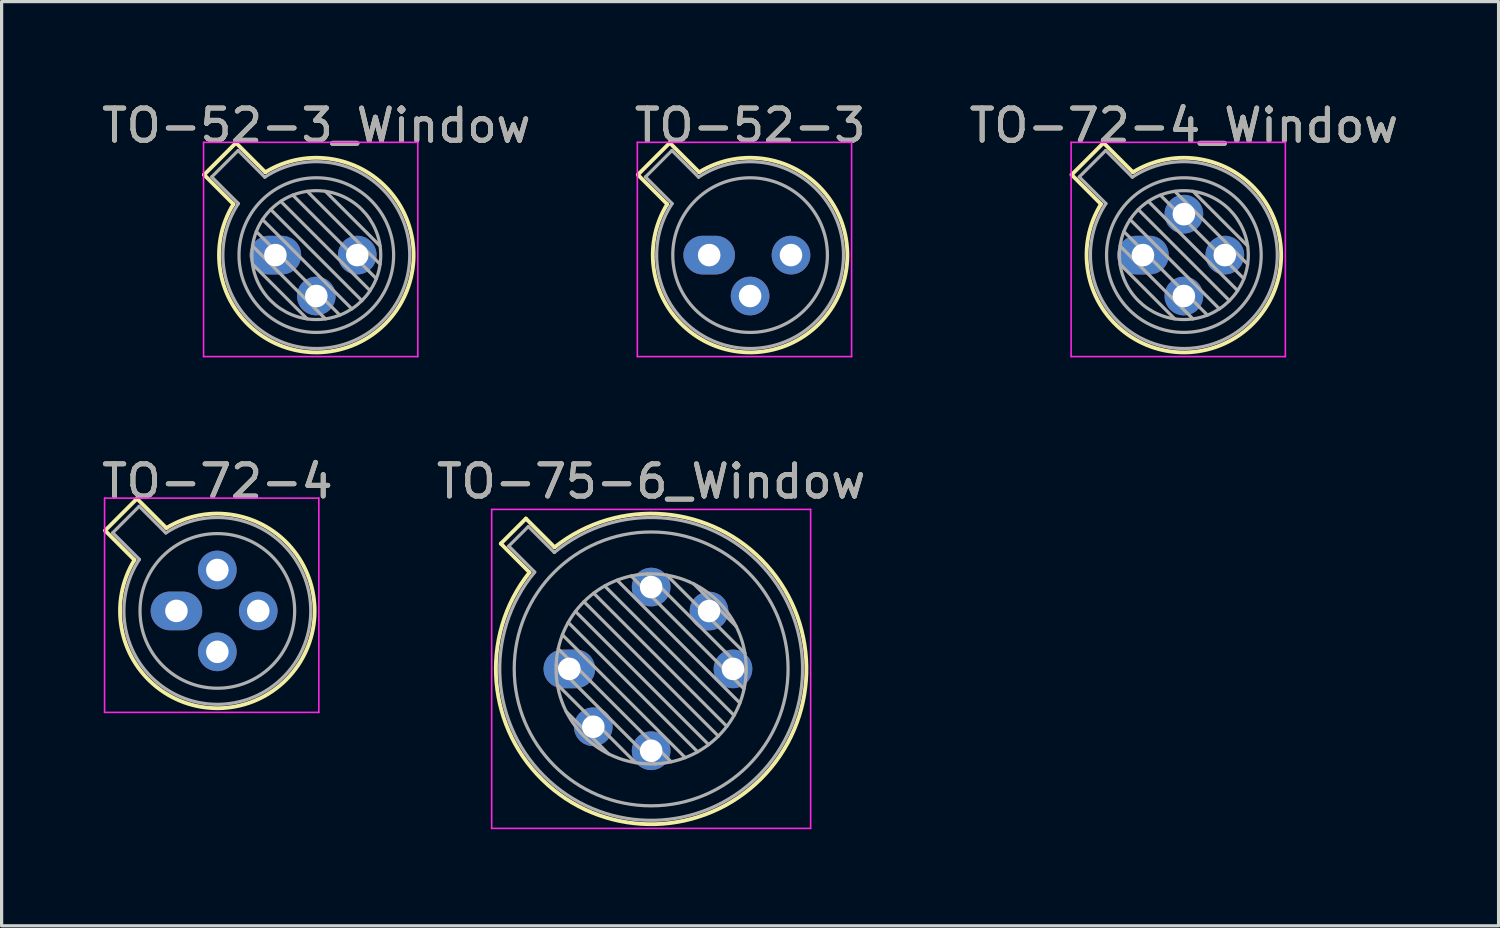
<source format=kicad_pcb>
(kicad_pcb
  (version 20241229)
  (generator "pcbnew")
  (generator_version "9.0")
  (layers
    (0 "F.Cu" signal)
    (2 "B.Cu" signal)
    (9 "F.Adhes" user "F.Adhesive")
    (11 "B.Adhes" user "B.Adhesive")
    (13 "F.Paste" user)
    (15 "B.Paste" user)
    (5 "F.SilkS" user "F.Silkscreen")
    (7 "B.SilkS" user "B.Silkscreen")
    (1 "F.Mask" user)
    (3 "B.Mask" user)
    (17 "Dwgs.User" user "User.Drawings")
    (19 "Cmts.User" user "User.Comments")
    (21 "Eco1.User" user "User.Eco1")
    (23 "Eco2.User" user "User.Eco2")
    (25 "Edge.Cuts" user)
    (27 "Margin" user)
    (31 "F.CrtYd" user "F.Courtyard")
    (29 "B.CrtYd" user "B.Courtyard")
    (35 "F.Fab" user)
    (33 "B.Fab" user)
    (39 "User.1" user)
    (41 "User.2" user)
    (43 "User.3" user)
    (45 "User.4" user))
  (footprint "TO-52-3"
    (layer "F.Cu")
    (at 18.962 4.868)
    (property "Reference" "TO-52-3" (at 1.27 -4.02 0) (layer "F.SilkS") (effects (font (size 1 1) (thickness 0.15))))
    (attr through_hole)
    (fp_line (start -2.214 -2.494) (end -1.302 -1.582) (stroke (width 0.12) (type solid)) (layer "F.SilkS"))
    (fp_line (start -1.224 -3.484) (end -2.214 -2.494) (stroke (width 0.12) (type solid)) (layer "F.SilkS"))
    (fp_line (start -0.312 -2.572) (end -1.224 -3.484) (stroke (width 0.12) (type solid)) (layer "F.SilkS"))
    (fp_arc (start -0.312331 -2.572281) (mid 3.405374 2.135551) (end -1.30215 -1.582544) (stroke (width 0.12) (type solid)) (layer "F.SilkS"))
    (fp_line (start -2.23 -3.5) (end -2.23 3.15) (stroke (width 0.05) (type solid)) (layer "F.CrtYd"))
    (fp_line (start -2.23 3.15) (end 4.42 3.15) (stroke (width 0.05) (type solid)) (layer "F.CrtYd"))
    (fp_line (start 4.42 -3.5) (end -2.23 -3.5) (stroke (width 0.05) (type solid)) (layer "F.CrtYd"))
    (fp_line (start 4.42 3.15) (end 4.42 -3.5) (stroke (width 0.05) (type solid)) (layer "F.CrtYd"))
    (fp_line (start -1.977 -2.426) (end -1.149 -1.599) (stroke (width 0.1) (type solid)) (layer "F.Fab"))
    (fp_line (start -1.156 -3.247) (end -1.977 -2.426) (stroke (width 0.1) (type solid)) (layer "F.Fab"))
    (fp_line (start -0.329 -2.419) (end -1.156 -3.247) (stroke (width 0.1) (type solid)) (layer "F.Fab"))
    (fp_arc (start -0.329057 -2.419301) (mid 3.321076 2.050143) (end -1.150029 -1.597956) (stroke (width 0.1) (type solid)) (layer "F.Fab"))
    (fp_circle (center 1.27 0) (end 3.67 0) (stroke (width 0.1) (type solid)) (fill no) (layer "F.Fab"))
    (fp_text user "${REFERENCE}" (at 1.27 -4.02 0) (layer "F.Fab") (effects (font (size 1 1) (thickness 0.15))))
    (pad "1" thru_hole oval (at 0 0) (size 1.6 1.2) (drill 0.7) (layers "*.Cu" "*.Mask"))
    (pad "2" thru_hole oval (at 1.27 1.27) (size 1.2 1.2) (drill 0.7) (layers "*.Cu" "*.Mask"))
    (pad "3" thru_hole oval (at 2.54 0) (size 1.2 1.2) (drill 0.7) (layers "*.Cu" "*.Mask")))
  (footprint "TO-72-4_Window"
    (layer "F.Cu")
    (at 32.426 4.868)
    (property "Reference" "TO-72-4_Window" (at 1.27 -4.02 0) (layer "F.SilkS") (effects (font (size 1 1) (thickness 0.15))))
    (attr through_hole)
    (fp_line (start -2.214 -2.494) (end -1.302 -1.582) (stroke (width 0.12) (type solid)) (layer "F.SilkS"))
    (fp_line (start -1.224 -3.484) (end -2.214 -2.494) (stroke (width 0.12) (type solid)) (layer "F.SilkS"))
    (fp_line (start -0.312 -2.572) (end -1.224 -3.484) (stroke (width 0.12) (type solid)) (layer "F.SilkS"))
    (fp_arc (start -0.312331 -2.572281) (mid 3.405374 2.135551) (end -1.30215 -1.582544) (stroke (width 0.12) (type solid)) (layer "F.SilkS"))
    (fp_line (start -2.23 -3.5) (end -2.23 3.15) (stroke (width 0.05) (type solid)) (layer "F.CrtYd"))
    (fp_line (start -2.23 3.15) (end 4.42 3.15) (stroke (width 0.05) (type solid)) (layer "F.CrtYd"))
    (fp_line (start 4.42 -3.5) (end -2.23 -3.5) (stroke (width 0.05) (type solid)) (layer "F.CrtYd"))
    (fp_line (start 4.42 3.15) (end 4.42 -3.5) (stroke (width 0.05) (type solid)) (layer "F.CrtYd"))
    (fp_line (start -1.977 -2.426) (end -1.149 -1.599) (stroke (width 0.1) (type solid)) (layer "F.Fab"))
    (fp_line (start -1.156 -3.247) (end -1.977 -2.426) (stroke (width 0.1) (type solid)) (layer "F.Fab"))
    (fp_line (start -0.71 -0.283) (end 1.553 1.98) (stroke (width 0.1) (type solid)) (layer "F.Fab"))
    (fp_line (start -0.71 0.283) (end 0.987 1.98) (stroke (width 0.1) (type solid)) (layer "F.Fab"))
    (fp_line (start -0.592 -0.731) (end 2.001 1.862) (stroke (width 0.1) (type solid)) (layer "F.Fab"))
    (fp_line (start -0.399 -1.103) (end 2.373 1.669) (stroke (width 0.1) (type solid)) (layer "F.Fab"))
    (fp_line (start -0.329 -2.419) (end -1.156 -3.247) (stroke (width 0.1) (type solid)) (layer "F.Fab"))
    (fp_line (start -0.145 -1.415) (end 2.685 1.415) (stroke (width 0.1) (type solid)) (layer "F.Fab"))
    (fp_line (start 0.167 -1.669) (end 2.939 1.103) (stroke (width 0.1) (type solid)) (layer "F.Fab"))
    (fp_line (start 0.539 -1.862) (end 3.132 0.731) (stroke (width 0.1) (type solid)) (layer "F.Fab"))
    (fp_line (start 0.987 -1.98) (end 3.25 0.283) (stroke (width 0.1) (type solid)) (layer "F.Fab"))
    (fp_line (start 1.553 -1.98) (end 3.25 -0.283) (stroke (width 0.1) (type solid)) (layer "F.Fab"))
    (fp_arc (start -0.329057 -2.419301) (mid 3.321076 2.050143) (end -1.150029 -1.597956) (stroke (width 0.1) (type solid)) (layer "F.Fab"))
    (fp_circle (center 1.27 0) (end 3.27 0) (stroke (width 0.1) (type solid)) (fill no) (layer "F.Fab"))
    (fp_circle (center 1.27 0) (end 3.67 0) (stroke (width 0.1) (type solid)) (fill no) (layer "F.Fab"))
    (fp_text user "${REFERENCE}" (at 1.27 -4.02 0) (layer "F.Fab") (effects (font (size 1 1) (thickness 0.15))))
    (pad "1" thru_hole oval (at 0 0) (size 1.6 1.2) (drill 0.7) (layers "*.Cu" "*.Mask"))
    (pad "2" thru_hole oval (at 1.27 1.27) (size 1.2 1.2) (drill 0.7) (layers "*.Cu" "*.Mask"))
    (pad "3" thru_hole oval (at 2.54 0) (size 1.2 1.2) (drill 0.7) (layers "*.Cu" "*.Mask"))
    (pad "4" thru_hole oval (at 1.27 -1.27) (size 1.2 1.2) (drill 0.7) (layers "*.Cu" "*.Mask")))
  (footprint "TO-75-6_Window"
    (layer "F.Cu")
    (at 14.621 17.712)
    (property "Reference" "TO-75-6_Window" (at 2.54 -5.82 0) (layer "F.SilkS") (effects (font (size 1 1) (thickness 0.15))))
    (attr through_hole)
    (fp_line (start -2.126 -3.888) (end -1.235 -2.997) (stroke (width 0.12) (type solid)) (layer "F.SilkS"))
    (fp_line (start -1.348 -4.666) (end -2.126 -3.888) (stroke (width 0.12) (type solid)) (layer "F.SilkS"))
    (fp_line (start -0.457 -3.775) (end -1.348 -4.666) (stroke (width 0.12) (type solid)) (layer "F.SilkS"))
    (fp_arc (start -0.457084 -3.774902) (mid 5.948125 3.408384) (end -1.234674 -2.997371) (stroke (width 0.12) (type solid)) (layer "F.SilkS"))
    (fp_line (start -2.41 -4.95) (end -2.41 4.95) (stroke (width 0.05) (type solid)) (layer "F.CrtYd"))
    (fp_line (start -2.41 4.95) (end 7.49 4.95) (stroke (width 0.05) (type solid)) (layer "F.CrtYd"))
    (fp_line (start 7.49 -4.95) (end -2.41 -4.95) (stroke (width 0.05) (type solid)) (layer "F.CrtYd"))
    (fp_line (start 7.49 4.95) (end 7.49 -4.95) (stroke (width 0.05) (type solid)) (layer "F.CrtYd"))
    (fp_line (start -1.88 -3.812) (end -1.074 -3.005) (stroke (width 0.1) (type solid)) (layer "F.Fab"))
    (fp_line (start -1.272 -4.42) (end -1.88 -3.812) (stroke (width 0.1) (type solid)) (layer "F.Fab"))
    (fp_line (start -0.465 -3.614) (end -1.272 -4.42) (stroke (width 0.1) (type solid)) (layer "F.Fab"))
    (fp_line (start -0.408 -0.12) (end 2.66 2.948) (stroke (width 0.1) (type solid)) (layer "F.Fab"))
    (fp_line (start -0.371 0.485) (end 2.055 2.911) (stroke (width 0.1) (type solid)) (layer "F.Fab"))
    (fp_line (start -0.344 -0.622) (end 3.162 2.884) (stroke (width 0.1) (type solid)) (layer "F.Fab"))
    (fp_line (start -0.215 -1.058) (end 3.598 2.755) (stroke (width 0.1) (type solid)) (layer "F.Fab"))
    (fp_line (start -0.097 1.324) (end 1.216 2.637) (stroke (width 0.1) (type solid)) (layer "F.Fab"))
    (fp_line (start -0.034 -1.443) (end 3.983 2.574) (stroke (width 0.1) (type solid)) (layer "F.Fab"))
    (fp_line (start 0.19 -1.784) (end 4.324 2.35) (stroke (width 0.1) (type solid)) (layer "F.Fab"))
    (fp_line (start 0.454 -2.086) (end 4.626 2.086) (stroke (width 0.1) (type solid)) (layer "F.Fab"))
    (fp_line (start 0.756 -2.35) (end 4.89 1.784) (stroke (width 0.1) (type solid)) (layer "F.Fab"))
    (fp_line (start 1.097 -2.574) (end 5.114 1.443) (stroke (width 0.1) (type solid)) (layer "F.Fab"))
    (fp_line (start 1.482 -2.755) (end 5.295 1.058) (stroke (width 0.1) (type solid)) (layer "F.Fab"))
    (fp_line (start 1.918 -2.884) (end 5.424 0.622) (stroke (width 0.1) (type solid)) (layer "F.Fab"))
    (fp_line (start 2.42 -2.948) (end 5.488 0.12) (stroke (width 0.1) (type solid)) (layer "F.Fab"))
    (fp_line (start 3.025 -2.911) (end 5.451 -0.485) (stroke (width 0.1) (type solid)) (layer "F.Fab"))
    (fp_line (start 3.864 -2.637) (end 5.177 -1.324) (stroke (width 0.1) (type solid)) (layer "F.Fab"))
    (fp_arc (start -0.465408 -3.61352) (mid 5.863443 3.323361) (end -1.073594 -3.005319) (stroke (width 0.1) (type solid)) (layer "F.Fab"))
    (fp_circle (center 2.54 0) (end 5.49 0) (stroke (width 0.1) (type solid)) (fill no) (layer "F.Fab"))
    (fp_circle (center 2.54 0) (end 6.79 0) (stroke (width 0.1) (type solid)) (fill no) (layer "F.Fab"))
    (fp_text user "${REFERENCE}" (at 2.54 -5.82 0) (layer "F.Fab") (effects (font (size 1 1) (thickness 0.15))))
    (pad "1" thru_hole oval (at 0 0) (size 1.6 1.2) (drill 0.7) (layers "*.Cu" "*.Mask"))
    (pad "2" thru_hole oval (at 0.744 1.796) (size 1.2 1.2) (drill 0.7) (layers "*.Cu" "*.Mask"))
    (pad "3" thru_hole oval (at 2.54 2.54) (size 1.2 1.2) (drill 0.7) (layers "*.Cu" "*.Mask"))
    (pad "4" thru_hole oval (at 5.08 0) (size 1.2 1.2) (drill 0.7) (layers "*.Cu" "*.Mask"))
    (pad "5" thru_hole oval (at 4.336 -1.796) (size 1.2 1.2) (drill 0.7) (layers "*.Cu" "*.Mask"))
    (pad "6" thru_hole oval (at 2.54 -2.54) (size 1.2 1.2) (drill 0.7) (layers "*.Cu" "*.Mask")))
  (footprint "TO-72-4"
    (layer "F.Cu")
    (at 2.426 15.912)
    (property "Reference" "TO-72-4" (at 1.27 -4.02 0) (layer "F.SilkS") (effects (font (size 1 1) (thickness 0.15))))
    (attr through_hole)
    (fp_line (start -2.214 -2.494) (end -1.302 -1.582) (stroke (width 0.12) (type solid)) (layer "F.SilkS"))
    (fp_line (start -1.224 -3.484) (end -2.214 -2.494) (stroke (width 0.12) (type solid)) (layer "F.SilkS"))
    (fp_line (start -0.312 -2.572) (end -1.224 -3.484) (stroke (width 0.12) (type solid)) (layer "F.SilkS"))
    (fp_arc (start -0.312331 -2.572281) (mid 3.405374 2.135551) (end -1.30215 -1.582544) (stroke (width 0.12) (type solid)) (layer "F.SilkS"))
    (fp_line (start -2.23 -3.5) (end -2.23 3.15) (stroke (width 0.05) (type solid)) (layer "F.CrtYd"))
    (fp_line (start -2.23 3.15) (end 4.42 3.15) (stroke (width 0.05) (type solid)) (layer "F.CrtYd"))
    (fp_line (start 4.42 -3.5) (end -2.23 -3.5) (stroke (width 0.05) (type solid)) (layer "F.CrtYd"))
    (fp_line (start 4.42 3.15) (end 4.42 -3.5) (stroke (width 0.05) (type solid)) (layer "F.CrtYd"))
    (fp_line (start -1.977 -2.426) (end -1.149 -1.599) (stroke (width 0.1) (type solid)) (layer "F.Fab"))
    (fp_line (start -1.156 -3.247) (end -1.977 -2.426) (stroke (width 0.1) (type solid)) (layer "F.Fab"))
    (fp_line (start -0.329 -2.419) (end -1.156 -3.247) (stroke (width 0.1) (type solid)) (layer "F.Fab"))
    (fp_arc (start -0.329057 -2.419301) (mid 3.321076 2.050143) (end -1.150029 -1.597956) (stroke (width 0.1) (type solid)) (layer "F.Fab"))
    (fp_circle (center 1.27 0) (end 3.67 0) (stroke (width 0.1) (type solid)) (fill no) (layer "F.Fab"))
    (fp_text user "${REFERENCE}" (at 1.27 -4.02 0) (layer "F.Fab") (effects (font (size 1 1) (thickness 0.15))))
    (pad "1" thru_hole oval (at 0 0) (size 1.6 1.2) (drill 0.7) (layers "*.Cu" "*.Mask"))
    (pad "2" thru_hole oval (at 1.27 1.27) (size 1.2 1.2) (drill 0.7) (layers "*.Cu" "*.Mask"))
    (pad "3" thru_hole oval (at 2.54 0) (size 1.2 1.2) (drill 0.7) (layers "*.Cu" "*.Mask"))
    (pad "4" thru_hole oval (at 1.27 -1.27) (size 1.2 1.2) (drill 0.7) (layers "*.Cu" "*.Mask")))
  (footprint "TO-52-3_Window"
    (layer "F.Cu")
    (at 5.498 4.868)
    (property "Reference" "TO-52-3_Window" (at 1.27 -4.02 0) (layer "F.SilkS") (effects (font (size 1 1) (thickness 0.15))))
    (attr through_hole)
    (fp_line (start -2.214 -2.494) (end -1.302 -1.582) (stroke (width 0.12) (type solid)) (layer "F.SilkS"))
    (fp_line (start -1.224 -3.484) (end -2.214 -2.494) (stroke (width 0.12) (type solid)) (layer "F.SilkS"))
    (fp_line (start -0.312 -2.572) (end -1.224 -3.484) (stroke (width 0.12) (type solid)) (layer "F.SilkS"))
    (fp_arc (start -0.312331 -2.572281) (mid 3.405374 2.135551) (end -1.30215 -1.582544) (stroke (width 0.12) (type solid)) (layer "F.SilkS"))
    (fp_line (start -2.23 -3.5) (end -2.23 3.15) (stroke (width 0.05) (type solid)) (layer "F.CrtYd"))
    (fp_line (start -2.23 3.15) (end 4.42 3.15) (stroke (width 0.05) (type solid)) (layer "F.CrtYd"))
    (fp_line (start 4.42 -3.5) (end -2.23 -3.5) (stroke (width 0.05) (type solid)) (layer "F.CrtYd"))
    (fp_line (start 4.42 3.15) (end 4.42 -3.5) (stroke (width 0.05) (type solid)) (layer "F.CrtYd"))
    (fp_line (start -1.977 -2.426) (end -1.149 -1.599) (stroke (width 0.1) (type solid)) (layer "F.Fab"))
    (fp_line (start -1.156 -3.247) (end -1.977 -2.426) (stroke (width 0.1) (type solid)) (layer "F.Fab"))
    (fp_line (start -0.71 -0.283) (end 1.553 1.98) (stroke (width 0.1) (type solid)) (layer "F.Fab"))
    (fp_line (start -0.71 0.283) (end 0.987 1.98) (stroke (width 0.1) (type solid)) (layer "F.Fab"))
    (fp_line (start -0.592 -0.731) (end 2.001 1.862) (stroke (width 0.1) (type solid)) (layer "F.Fab"))
    (fp_line (start -0.399 -1.103) (end 2.373 1.669) (stroke (width 0.1) (type solid)) (layer "F.Fab"))
    (fp_line (start -0.329 -2.419) (end -1.156 -3.247) (stroke (width 0.1) (type solid)) (layer "F.Fab"))
    (fp_line (start -0.145 -1.415) (end 2.685 1.415) (stroke (width 0.1) (type solid)) (layer "F.Fab"))
    (fp_line (start 0.167 -1.669) (end 2.939 1.103) (stroke (width 0.1) (type solid)) (layer "F.Fab"))
    (fp_line (start 0.539 -1.862) (end 3.132 0.731) (stroke (width 0.1) (type solid)) (layer "F.Fab"))
    (fp_line (start 0.987 -1.98) (end 3.25 0.283) (stroke (width 0.1) (type solid)) (layer "F.Fab"))
    (fp_line (start 1.553 -1.98) (end 3.25 -0.283) (stroke (width 0.1) (type solid)) (layer "F.Fab"))
    (fp_arc (start -0.329057 -2.419301) (mid 3.321076 2.050143) (end -1.150029 -1.597956) (stroke (width 0.1) (type solid)) (layer "F.Fab"))
    (fp_circle (center 1.27 0) (end 3.27 0) (stroke (width 0.1) (type solid)) (fill no) (layer "F.Fab"))
    (fp_circle (center 1.27 0) (end 3.67 0) (stroke (width 0.1) (type solid)) (fill no) (layer "F.Fab"))
    (fp_text user "${REFERENCE}" (at 1.27 -4.02 0) (layer "F.Fab") (effects (font (size 1 1) (thickness 0.15))))
    (pad "1" thru_hole oval (at 0 0) (size 1.6 1.2) (drill 0.7) (layers "*.Cu" "*.Mask"))
    (pad "2" thru_hole oval (at 1.27 1.27) (size 1.2 1.2) (drill 0.7) (layers "*.Cu" "*.Mask"))
    (pad "3" thru_hole oval (at 2.54 0) (size 1.2 1.2) (drill 0.7) (layers "*.Cu" "*.Mask")))
  (gr_rect
    (start -3 -3)
    (end 43.464 25.686)
    (stroke (width 0.1) (type default))
    (fill no)
    (layer "Edge.Cuts")))
</source>
